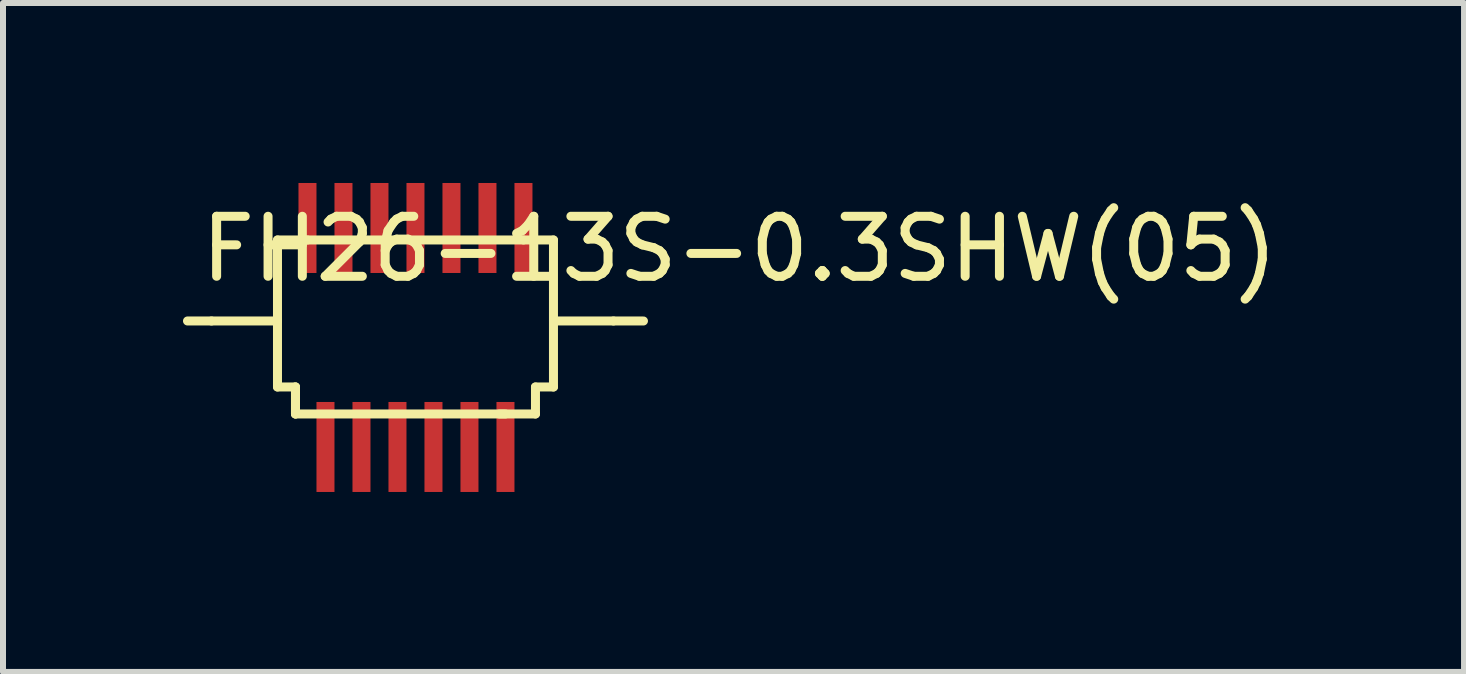
<source format=kicad_pcb>
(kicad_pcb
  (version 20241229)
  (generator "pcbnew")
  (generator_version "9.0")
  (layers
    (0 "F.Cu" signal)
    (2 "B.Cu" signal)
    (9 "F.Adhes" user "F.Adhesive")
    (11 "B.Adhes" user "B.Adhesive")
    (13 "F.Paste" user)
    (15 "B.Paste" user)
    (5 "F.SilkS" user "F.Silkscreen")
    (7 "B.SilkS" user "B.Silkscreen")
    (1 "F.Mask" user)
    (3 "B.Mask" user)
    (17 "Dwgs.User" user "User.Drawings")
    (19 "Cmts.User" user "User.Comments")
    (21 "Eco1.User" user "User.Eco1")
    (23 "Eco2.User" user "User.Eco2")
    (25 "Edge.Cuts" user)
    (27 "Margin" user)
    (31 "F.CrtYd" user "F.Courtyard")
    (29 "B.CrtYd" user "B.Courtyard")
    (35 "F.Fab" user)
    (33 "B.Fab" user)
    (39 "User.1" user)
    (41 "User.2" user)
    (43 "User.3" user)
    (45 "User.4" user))
  (footprint "FH26-13S-0.3SHW(05)"
    (layer "F.Cu")
    (at 3.675 2.3)
    (property "Reference" "FH26-13S-0.3SHW(05)" (at 5.6 -1.2 180) (layer "F.SilkS") (effects (font (size 1 1) (thickness 0.15))))
    (attr through_hole)
    (fp_line (start -3.2 0) (end -3.6 0) (stroke (width 0.15) (type solid)) (layer "F.SilkS"))
    (fp_line (start -3.2 0) (end -2.1 0) (stroke (width 0.15) (type solid)) (layer "F.SilkS"))
    (fp_line (start -2.1 -1.35) (end -2.1 1.1) (stroke (width 0.15) (type solid)) (layer "F.SilkS"))
    (fp_line (start -2.1 1.1) (end -1.8 1.1) (stroke (width 0.15) (type solid)) (layer "F.SilkS"))
    (fp_line (start -1.8 1.1) (end -1.8 1.55) (stroke (width 0.15) (type solid)) (layer "F.SilkS"))
    (fp_line (start -1.8 1.1) (end -1.8 1.55) (stroke (width 0.15) (type solid)) (layer "F.SilkS"))
    (fp_line (start -1.8 1.55) (end 1.7 1.55) (stroke (width 0.15) (type solid)) (layer "F.SilkS"))
    (fp_line (start -1.6 -1.35) (end -2.1 -1.35) (stroke (width 0.15) (type solid)) (layer "F.SilkS"))
    (fp_line (start -1.6 -1.35) (end 2 -1.35) (stroke (width 0.15) (type solid)) (layer "F.SilkS"))
    (fp_line (start 2 -1.35) (end 2.5 -1.35) (stroke (width 0.15) (type solid)) (layer "F.SilkS"))
    (fp_line (start 2.2 1.1) (end 2.5 1.1) (stroke (width 0.15) (type solid)) (layer "F.SilkS"))
    (fp_line (start 2.2 1.55) (end 1.6 1.55) (stroke (width 0.15) (type solid)) (layer "F.SilkS"))
    (fp_line (start 2.2 1.55) (end 2.2 1.1) (stroke (width 0.15) (type solid)) (layer "F.SilkS"))
    (fp_line (start 2.5 -1.35) (end 2.5 1.1) (stroke (width 0.15) (type solid)) (layer "F.SilkS"))
    (fp_line (start 2.5 0) (end 3.5 0) (stroke (width 0.15) (type solid)) (layer "F.SilkS"))
    (fp_line (start 3.5 0) (end 4 0) (stroke (width 0.15) (type solid)) (layer "F.SilkS"))
    (pad "1" smd rect (at -1.6 -1.55 180) (size 0.3 1.5) (layers "F.Cu" "F.Mask" "F.Paste"))
    (pad "2" smd rect (at -1.3 2.1 180) (size 0.3 1.5) (layers "F.Cu" "F.Mask" "F.Paste"))
    (pad "3" smd rect (at -1 -1.55 180) (size 0.3 1.5) (layers "F.Cu" "F.Mask" "F.Paste"))
    (pad "4" smd rect (at -0.7 2.1 180) (size 0.3 1.5) (layers "F.Cu" "F.Mask" "F.Paste"))
    (pad "5" smd rect (at -0.4 -1.55 180) (size 0.3 1.5) (layers "F.Cu" "F.Mask" "F.Paste"))
    (pad "6" smd rect (at -0.1 2.1 180) (size 0.3 1.5) (layers "F.Cu" "F.Mask" "F.Paste"))
    (pad "7" smd rect (at 0.2 -1.55 180) (size 0.3 1.5) (layers "F.Cu" "F.Mask" "F.Paste"))
    (pad "8" smd rect (at 0.5 2.1 180) (size 0.3 1.5) (layers "F.Cu" "F.Mask" "F.Paste"))
    (pad "9" smd rect (at 0.8 -1.55 180) (size 0.3 1.5) (layers "F.Cu" "F.Mask" "F.Paste"))
    (pad "10" smd rect (at 1.1 2.1 180) (size 0.3 1.5) (layers "F.Cu" "F.Mask" "F.Paste"))
    (pad "11" smd rect (at 1.4 -1.55 180) (size 0.3 1.5) (layers "F.Cu" "F.Mask" "F.Paste"))
    (pad "12" smd rect (at 1.7 2.1 180) (size 0.3 1.5) (layers "F.Cu" "F.Mask" "F.Paste"))
    (pad "13" smd rect (at 2 -1.55 180) (size 0.3 1.5) (layers "F.Cu" "F.Mask" "F.Paste")))
  (gr_rect
    (start -3 -3)
    (end 21.352 8.15)
    (stroke (width 0.1) (type default))
    (fill no)
    (layer "Edge.Cuts")))
</source>
